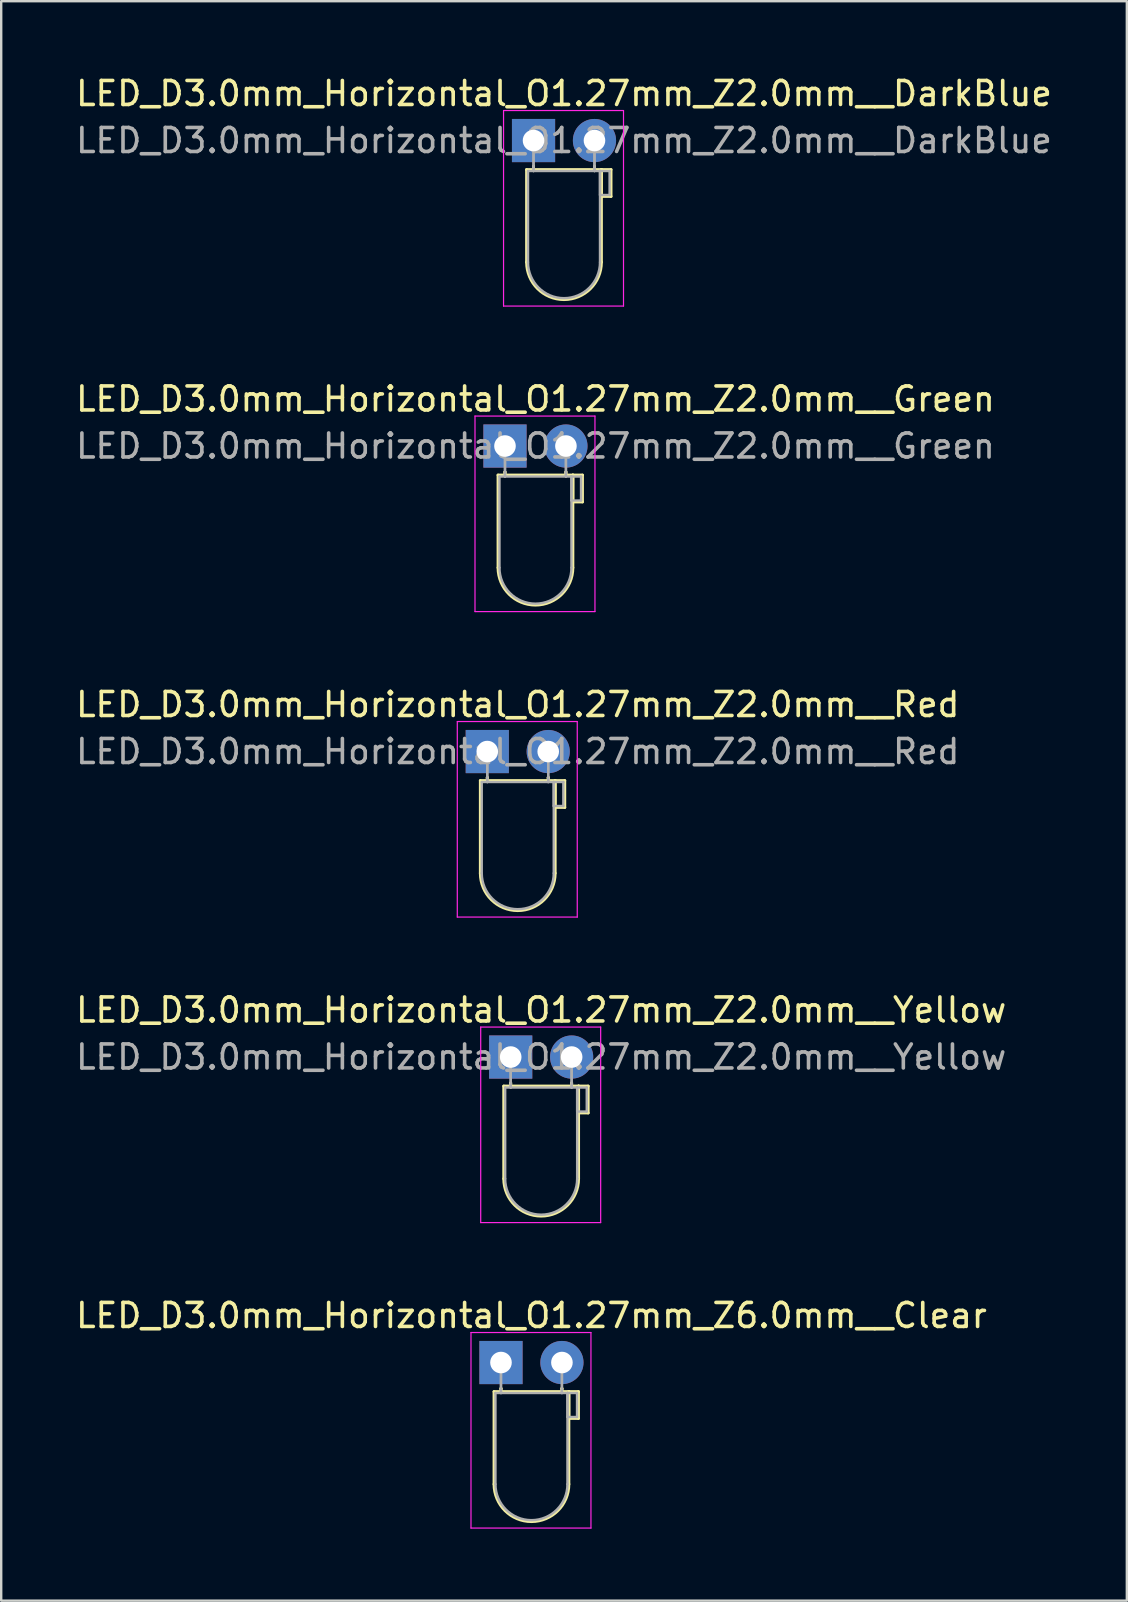
<source format=kicad_pcb>
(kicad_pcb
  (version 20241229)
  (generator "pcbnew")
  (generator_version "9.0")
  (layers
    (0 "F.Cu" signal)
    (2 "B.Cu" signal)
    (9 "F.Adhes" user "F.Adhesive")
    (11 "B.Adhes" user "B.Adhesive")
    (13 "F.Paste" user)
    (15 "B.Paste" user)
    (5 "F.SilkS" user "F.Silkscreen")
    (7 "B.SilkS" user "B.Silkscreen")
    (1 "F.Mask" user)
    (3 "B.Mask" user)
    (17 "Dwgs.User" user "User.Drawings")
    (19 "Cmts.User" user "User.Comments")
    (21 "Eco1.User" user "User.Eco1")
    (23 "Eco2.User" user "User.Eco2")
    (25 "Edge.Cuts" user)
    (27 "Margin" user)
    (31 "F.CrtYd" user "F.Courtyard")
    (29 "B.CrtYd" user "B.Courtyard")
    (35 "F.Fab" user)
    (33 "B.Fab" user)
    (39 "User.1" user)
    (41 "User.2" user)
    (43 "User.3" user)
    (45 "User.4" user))
  (footprint "LED_D3.0mm_Horizontal_O1.27mm_Z2.0mm__Red"
    (layer "F.Cu")
    (at 17.26 28.275)
    (property "Reference" "LED_D3.0mm_Horizontal_O1.27mm_Z2.0mm__Red" (at 1.27 -1.96 0) (layer "F.SilkS") (effects (font (size 1 1) (thickness 0.15))))
    (attr through_hole)
    (fp_line (start -0.29 1.21) (end -0.29 5.07) (stroke (width 0.12) (type solid)) (layer "F.SilkS"))
    (fp_line (start -0.29 1.21) (end 2.83 1.21) (stroke (width 0.12) (type solid)) (layer "F.SilkS"))
    (fp_line (start 0 1.08) (end 0 1.08) (stroke (width 0.12) (type solid)) (layer "F.SilkS"))
    (fp_line (start 0 1.08) (end 0 1.21) (stroke (width 0.12) (type solid)) (layer "F.SilkS"))
    (fp_line (start 0 1.21) (end 0 1.08) (stroke (width 0.12) (type solid)) (layer "F.SilkS"))
    (fp_line (start 0 1.21) (end 0 1.21) (stroke (width 0.12) (type solid)) (layer "F.SilkS"))
    (fp_line (start 2.54 1.08) (end 2.54 1.08) (stroke (width 0.12) (type solid)) (layer "F.SilkS"))
    (fp_line (start 2.54 1.08) (end 2.54 1.21) (stroke (width 0.12) (type solid)) (layer "F.SilkS"))
    (fp_line (start 2.54 1.21) (end 2.54 1.08) (stroke (width 0.12) (type solid)) (layer "F.SilkS"))
    (fp_line (start 2.54 1.21) (end 2.54 1.21) (stroke (width 0.12) (type solid)) (layer "F.SilkS"))
    (fp_line (start 2.83 1.21) (end 2.83 5.07) (stroke (width 0.12) (type solid)) (layer "F.SilkS"))
    (fp_line (start 2.83 1.21) (end 3.23 1.21) (stroke (width 0.12) (type solid)) (layer "F.SilkS"))
    (fp_line (start 2.83 2.33) (end 2.83 1.21) (stroke (width 0.12) (type solid)) (layer "F.SilkS"))
    (fp_line (start 3.23 1.21) (end 3.23 2.33) (stroke (width 0.12) (type solid)) (layer "F.SilkS"))
    (fp_line (start 3.23 2.33) (end 2.83 2.33) (stroke (width 0.12) (type solid)) (layer "F.SilkS"))
    (fp_arc (start 2.83 5.07) (mid 1.27 6.63) (end -0.29 5.07) (stroke (width 0.12) (type solid)) (layer "F.SilkS"))
    (fp_line (start -1.25 -1.25) (end -1.25 6.9) (stroke (width 0.05) (type solid)) (layer "F.CrtYd"))
    (fp_line (start -1.25 6.9) (end 3.75 6.9) (stroke (width 0.05) (type solid)) (layer "F.CrtYd"))
    (fp_line (start 3.75 -1.25) (end -1.25 -1.25) (stroke (width 0.05) (type solid)) (layer "F.CrtYd"))
    (fp_line (start 3.75 6.9) (end 3.75 -1.25) (stroke (width 0.05) (type solid)) (layer "F.CrtYd"))
    (fp_line (start -0.23 1.27) (end -0.23 5.07) (stroke (width 0.1) (type solid)) (layer "F.Fab"))
    (fp_line (start -0.23 1.27) (end 2.77 1.27) (stroke (width 0.1) (type solid)) (layer "F.Fab"))
    (fp_line (start 0 0) (end 0 0) (stroke (width 0.1) (type solid)) (layer "F.Fab"))
    (fp_line (start 0 0) (end 0 1.27) (stroke (width 0.1) (type solid)) (layer "F.Fab"))
    (fp_line (start 0 1.27) (end 0 0) (stroke (width 0.1) (type solid)) (layer "F.Fab"))
    (fp_line (start 0 1.27) (end 0 1.27) (stroke (width 0.1) (type solid)) (layer "F.Fab"))
    (fp_line (start 2.54 0) (end 2.54 0) (stroke (width 0.1) (type solid)) (layer "F.Fab"))
    (fp_line (start 2.54 0) (end 2.54 1.27) (stroke (width 0.1) (type solid)) (layer "F.Fab"))
    (fp_line (start 2.54 1.27) (end 2.54 0) (stroke (width 0.1) (type solid)) (layer "F.Fab"))
    (fp_line (start 2.54 1.27) (end 2.54 1.27) (stroke (width 0.1) (type solid)) (layer "F.Fab"))
    (fp_line (start 2.77 1.27) (end 2.77 5.07) (stroke (width 0.1) (type solid)) (layer "F.Fab"))
    (fp_line (start 2.77 1.27) (end 3.17 1.27) (stroke (width 0.1) (type solid)) (layer "F.Fab"))
    (fp_line (start 2.77 2.27) (end 2.77 1.27) (stroke (width 0.1) (type solid)) (layer "F.Fab"))
    (fp_line (start 3.17 1.27) (end 3.17 2.27) (stroke (width 0.1) (type solid)) (layer "F.Fab"))
    (fp_line (start 3.17 2.27) (end 2.77 2.27) (stroke (width 0.1) (type solid)) (layer "F.Fab"))
    (fp_arc (start 2.77 5.07) (mid 1.27 6.57) (end -0.23 5.07) (stroke (width 0.1) (type solid)) (layer "F.Fab"))
    (fp_text user "${REFERENCE}" (at 1.27 0 0) (layer "F.Fab") (effects (font (size 1 1) (thickness 0.15))))
    (pad "1" thru_hole rect (at 0 0) (size 1.8 1.8) (drill 0.9) (layers "*.Cu" "*.Mask"))
    (pad "2" thru_hole circle (at 2.54 0) (size 1.8 1.8) (drill 0.9) (layers "*.Cu" "*.Mask")))
  (footprint "LED_D3.0mm_Horizontal_O1.27mm_Z2.0mm__DarkBlue"
    (layer "F.Cu")
    (at 19.188 2.808)
    (property "Reference" "LED_D3.0mm_Horizontal_O1.27mm_Z2.0mm__DarkBlue" (at 1.27 -1.96 0) (layer "F.SilkS") (effects (font (size 1 1) (thickness 0.15))))
    (attr through_hole)
    (fp_line (start -0.29 1.21) (end -0.29 5.07) (stroke (width 0.12) (type solid)) (layer "F.SilkS"))
    (fp_line (start -0.29 1.21) (end 2.83 1.21) (stroke (width 0.12) (type solid)) (layer "F.SilkS"))
    (fp_line (start 0 1.08) (end 0 1.08) (stroke (width 0.12) (type solid)) (layer "F.SilkS"))
    (fp_line (start 0 1.08) (end 0 1.21) (stroke (width 0.12) (type solid)) (layer "F.SilkS"))
    (fp_line (start 0 1.21) (end 0 1.08) (stroke (width 0.12) (type solid)) (layer "F.SilkS"))
    (fp_line (start 0 1.21) (end 0 1.21) (stroke (width 0.12) (type solid)) (layer "F.SilkS"))
    (fp_line (start 2.54 1.08) (end 2.54 1.08) (stroke (width 0.12) (type solid)) (layer "F.SilkS"))
    (fp_line (start 2.54 1.08) (end 2.54 1.21) (stroke (width 0.12) (type solid)) (layer "F.SilkS"))
    (fp_line (start 2.54 1.21) (end 2.54 1.08) (stroke (width 0.12) (type solid)) (layer "F.SilkS"))
    (fp_line (start 2.54 1.21) (end 2.54 1.21) (stroke (width 0.12) (type solid)) (layer "F.SilkS"))
    (fp_line (start 2.83 1.21) (end 2.83 5.07) (stroke (width 0.12) (type solid)) (layer "F.SilkS"))
    (fp_line (start 2.83 1.21) (end 3.23 1.21) (stroke (width 0.12) (type solid)) (layer "F.SilkS"))
    (fp_line (start 2.83 2.33) (end 2.83 1.21) (stroke (width 0.12) (type solid)) (layer "F.SilkS"))
    (fp_line (start 3.23 1.21) (end 3.23 2.33) (stroke (width 0.12) (type solid)) (layer "F.SilkS"))
    (fp_line (start 3.23 2.33) (end 2.83 2.33) (stroke (width 0.12) (type solid)) (layer "F.SilkS"))
    (fp_arc (start 2.83 5.07) (mid 1.27 6.63) (end -0.29 5.07) (stroke (width 0.12) (type solid)) (layer "F.SilkS"))
    (fp_line (start -1.25 -1.25) (end -1.25 6.9) (stroke (width 0.05) (type solid)) (layer "F.CrtYd"))
    (fp_line (start -1.25 6.9) (end 3.75 6.9) (stroke (width 0.05) (type solid)) (layer "F.CrtYd"))
    (fp_line (start 3.75 -1.25) (end -1.25 -1.25) (stroke (width 0.05) (type solid)) (layer "F.CrtYd"))
    (fp_line (start 3.75 6.9) (end 3.75 -1.25) (stroke (width 0.05) (type solid)) (layer "F.CrtYd"))
    (fp_line (start -0.23 1.27) (end -0.23 5.07) (stroke (width 0.1) (type solid)) (layer "F.Fab"))
    (fp_line (start -0.23 1.27) (end 2.77 1.27) (stroke (width 0.1) (type solid)) (layer "F.Fab"))
    (fp_line (start 0 0) (end 0 0) (stroke (width 0.1) (type solid)) (layer "F.Fab"))
    (fp_line (start 0 0) (end 0 1.27) (stroke (width 0.1) (type solid)) (layer "F.Fab"))
    (fp_line (start 0 1.27) (end 0 0) (stroke (width 0.1) (type solid)) (layer "F.Fab"))
    (fp_line (start 0 1.27) (end 0 1.27) (stroke (width 0.1) (type solid)) (layer "F.Fab"))
    (fp_line (start 2.54 0) (end 2.54 0) (stroke (width 0.1) (type solid)) (layer "F.Fab"))
    (fp_line (start 2.54 0) (end 2.54 1.27) (stroke (width 0.1) (type solid)) (layer "F.Fab"))
    (fp_line (start 2.54 1.27) (end 2.54 0) (stroke (width 0.1) (type solid)) (layer "F.Fab"))
    (fp_line (start 2.54 1.27) (end 2.54 1.27) (stroke (width 0.1) (type solid)) (layer "F.Fab"))
    (fp_line (start 2.77 1.27) (end 2.77 5.07) (stroke (width 0.1) (type solid)) (layer "F.Fab"))
    (fp_line (start 2.77 1.27) (end 3.17 1.27) (stroke (width 0.1) (type solid)) (layer "F.Fab"))
    (fp_line (start 2.77 2.27) (end 2.77 1.27) (stroke (width 0.1) (type solid)) (layer "F.Fab"))
    (fp_line (start 3.17 1.27) (end 3.17 2.27) (stroke (width 0.1) (type solid)) (layer "F.Fab"))
    (fp_line (start 3.17 2.27) (end 2.77 2.27) (stroke (width 0.1) (type solid)) (layer "F.Fab"))
    (fp_arc (start 2.77 5.07) (mid 1.27 6.57) (end -0.23 5.07) (stroke (width 0.1) (type solid)) (layer "F.Fab"))
    (fp_text user "${REFERENCE}" (at 1.27 0 0) (layer "F.Fab") (effects (font (size 1 1) (thickness 0.15))))
    (pad "1" thru_hole rect (at 0 0) (size 1.8 1.8) (drill 0.9) (layers "*.Cu" "*.Mask"))
    (pad "2" thru_hole circle (at 2.54 0) (size 1.8 1.8) (drill 0.9) (layers "*.Cu" "*.Mask")))
  (footprint "LED_D3.0mm_Horizontal_O1.27mm_Z2.0mm__Green"
    (layer "F.Cu")
    (at 17.998 15.541)
    (property "Reference" "LED_D3.0mm_Horizontal_O1.27mm_Z2.0mm__Green" (at 1.27 -1.96 0) (layer "F.SilkS") (effects (font (size 1 1) (thickness 0.15))))
    (attr through_hole)
    (fp_line (start -0.29 1.21) (end -0.29 5.07) (stroke (width 0.12) (type solid)) (layer "F.SilkS"))
    (fp_line (start -0.29 1.21) (end 2.83 1.21) (stroke (width 0.12) (type solid)) (layer "F.SilkS"))
    (fp_line (start 0 1.08) (end 0 1.08) (stroke (width 0.12) (type solid)) (layer "F.SilkS"))
    (fp_line (start 0 1.08) (end 0 1.21) (stroke (width 0.12) (type solid)) (layer "F.SilkS"))
    (fp_line (start 0 1.21) (end 0 1.08) (stroke (width 0.12) (type solid)) (layer "F.SilkS"))
    (fp_line (start 0 1.21) (end 0 1.21) (stroke (width 0.12) (type solid)) (layer "F.SilkS"))
    (fp_line (start 2.54 1.08) (end 2.54 1.08) (stroke (width 0.12) (type solid)) (layer "F.SilkS"))
    (fp_line (start 2.54 1.08) (end 2.54 1.21) (stroke (width 0.12) (type solid)) (layer "F.SilkS"))
    (fp_line (start 2.54 1.21) (end 2.54 1.08) (stroke (width 0.12) (type solid)) (layer "F.SilkS"))
    (fp_line (start 2.54 1.21) (end 2.54 1.21) (stroke (width 0.12) (type solid)) (layer "F.SilkS"))
    (fp_line (start 2.83 1.21) (end 2.83 5.07) (stroke (width 0.12) (type solid)) (layer "F.SilkS"))
    (fp_line (start 2.83 1.21) (end 3.23 1.21) (stroke (width 0.12) (type solid)) (layer "F.SilkS"))
    (fp_line (start 2.83 2.33) (end 2.83 1.21) (stroke (width 0.12) (type solid)) (layer "F.SilkS"))
    (fp_line (start 3.23 1.21) (end 3.23 2.33) (stroke (width 0.12) (type solid)) (layer "F.SilkS"))
    (fp_line (start 3.23 2.33) (end 2.83 2.33) (stroke (width 0.12) (type solid)) (layer "F.SilkS"))
    (fp_arc (start 2.83 5.07) (mid 1.27 6.63) (end -0.29 5.07) (stroke (width 0.12) (type solid)) (layer "F.SilkS"))
    (fp_line (start -1.25 -1.25) (end -1.25 6.9) (stroke (width 0.05) (type solid)) (layer "F.CrtYd"))
    (fp_line (start -1.25 6.9) (end 3.75 6.9) (stroke (width 0.05) (type solid)) (layer "F.CrtYd"))
    (fp_line (start 3.75 -1.25) (end -1.25 -1.25) (stroke (width 0.05) (type solid)) (layer "F.CrtYd"))
    (fp_line (start 3.75 6.9) (end 3.75 -1.25) (stroke (width 0.05) (type solid)) (layer "F.CrtYd"))
    (fp_line (start -0.23 1.27) (end -0.23 5.07) (stroke (width 0.1) (type solid)) (layer "F.Fab"))
    (fp_line (start -0.23 1.27) (end 2.77 1.27) (stroke (width 0.1) (type solid)) (layer "F.Fab"))
    (fp_line (start 0 0) (end 0 0) (stroke (width 0.1) (type solid)) (layer "F.Fab"))
    (fp_line (start 0 0) (end 0 1.27) (stroke (width 0.1) (type solid)) (layer "F.Fab"))
    (fp_line (start 0 1.27) (end 0 0) (stroke (width 0.1) (type solid)) (layer "F.Fab"))
    (fp_line (start 0 1.27) (end 0 1.27) (stroke (width 0.1) (type solid)) (layer "F.Fab"))
    (fp_line (start 2.54 0) (end 2.54 0) (stroke (width 0.1) (type solid)) (layer "F.Fab"))
    (fp_line (start 2.54 0) (end 2.54 1.27) (stroke (width 0.1) (type solid)) (layer "F.Fab"))
    (fp_line (start 2.54 1.27) (end 2.54 0) (stroke (width 0.1) (type solid)) (layer "F.Fab"))
    (fp_line (start 2.54 1.27) (end 2.54 1.27) (stroke (width 0.1) (type solid)) (layer "F.Fab"))
    (fp_line (start 2.77 1.27) (end 2.77 5.07) (stroke (width 0.1) (type solid)) (layer "F.Fab"))
    (fp_line (start 2.77 1.27) (end 3.17 1.27) (stroke (width 0.1) (type solid)) (layer "F.Fab"))
    (fp_line (start 2.77 2.27) (end 2.77 1.27) (stroke (width 0.1) (type solid)) (layer "F.Fab"))
    (fp_line (start 3.17 1.27) (end 3.17 2.27) (stroke (width 0.1) (type solid)) (layer "F.Fab"))
    (fp_line (start 3.17 2.27) (end 2.77 2.27) (stroke (width 0.1) (type solid)) (layer "F.Fab"))
    (fp_arc (start 2.77 5.07) (mid 1.27 6.57) (end -0.23 5.07) (stroke (width 0.1) (type solid)) (layer "F.Fab"))
    (fp_text user "${REFERENCE}" (at 1.27 0 0) (layer "F.Fab") (effects (font (size 1 1) (thickness 0.15))))
    (pad "1" thru_hole rect (at 0 0) (size 1.8 1.8) (drill 0.9) (layers "*.Cu" "*.Mask"))
    (pad "2" thru_hole circle (at 2.54 0) (size 1.8 1.8) (drill 0.9) (layers "*.Cu" "*.Mask")))
  (footprint "LED_D3.0mm_Horizontal_O1.27mm_Z2.0mm__Yellow"
    (layer "F.Cu")
    (at 18.236 41.008)
    (property "Reference" "LED_D3.0mm_Horizontal_O1.27mm_Z2.0mm__Yellow" (at 1.27 -1.96 0) (layer "F.SilkS") (effects (font (size 1 1) (thickness 0.15))))
    (attr through_hole)
    (fp_line (start -0.29 1.21) (end -0.29 5.07) (stroke (width 0.12) (type solid)) (layer "F.SilkS"))
    (fp_line (start -0.29 1.21) (end 2.83 1.21) (stroke (width 0.12) (type solid)) (layer "F.SilkS"))
    (fp_line (start 0 1.08) (end 0 1.08) (stroke (width 0.12) (type solid)) (layer "F.SilkS"))
    (fp_line (start 0 1.08) (end 0 1.21) (stroke (width 0.12) (type solid)) (layer "F.SilkS"))
    (fp_line (start 0 1.21) (end 0 1.08) (stroke (width 0.12) (type solid)) (layer "F.SilkS"))
    (fp_line (start 0 1.21) (end 0 1.21) (stroke (width 0.12) (type solid)) (layer "F.SilkS"))
    (fp_line (start 2.54 1.08) (end 2.54 1.08) (stroke (width 0.12) (type solid)) (layer "F.SilkS"))
    (fp_line (start 2.54 1.08) (end 2.54 1.21) (stroke (width 0.12) (type solid)) (layer "F.SilkS"))
    (fp_line (start 2.54 1.21) (end 2.54 1.08) (stroke (width 0.12) (type solid)) (layer "F.SilkS"))
    (fp_line (start 2.54 1.21) (end 2.54 1.21) (stroke (width 0.12) (type solid)) (layer "F.SilkS"))
    (fp_line (start 2.83 1.21) (end 2.83 5.07) (stroke (width 0.12) (type solid)) (layer "F.SilkS"))
    (fp_line (start 2.83 1.21) (end 3.23 1.21) (stroke (width 0.12) (type solid)) (layer "F.SilkS"))
    (fp_line (start 2.83 2.33) (end 2.83 1.21) (stroke (width 0.12) (type solid)) (layer "F.SilkS"))
    (fp_line (start 3.23 1.21) (end 3.23 2.33) (stroke (width 0.12) (type solid)) (layer "F.SilkS"))
    (fp_line (start 3.23 2.33) (end 2.83 2.33) (stroke (width 0.12) (type solid)) (layer "F.SilkS"))
    (fp_arc (start 2.83 5.07) (mid 1.27 6.63) (end -0.29 5.07) (stroke (width 0.12) (type solid)) (layer "F.SilkS"))
    (fp_line (start -1.25 -1.25) (end -1.25 6.9) (stroke (width 0.05) (type solid)) (layer "F.CrtYd"))
    (fp_line (start -1.25 6.9) (end 3.75 6.9) (stroke (width 0.05) (type solid)) (layer "F.CrtYd"))
    (fp_line (start 3.75 -1.25) (end -1.25 -1.25) (stroke (width 0.05) (type solid)) (layer "F.CrtYd"))
    (fp_line (start 3.75 6.9) (end 3.75 -1.25) (stroke (width 0.05) (type solid)) (layer "F.CrtYd"))
    (fp_line (start -0.23 1.27) (end -0.23 5.07) (stroke (width 0.1) (type solid)) (layer "F.Fab"))
    (fp_line (start -0.23 1.27) (end 2.77 1.27) (stroke (width 0.1) (type solid)) (layer "F.Fab"))
    (fp_line (start 0 0) (end 0 0) (stroke (width 0.1) (type solid)) (layer "F.Fab"))
    (fp_line (start 0 0) (end 0 1.27) (stroke (width 0.1) (type solid)) (layer "F.Fab"))
    (fp_line (start 0 1.27) (end 0 0) (stroke (width 0.1) (type solid)) (layer "F.Fab"))
    (fp_line (start 0 1.27) (end 0 1.27) (stroke (width 0.1) (type solid)) (layer "F.Fab"))
    (fp_line (start 2.54 0) (end 2.54 0) (stroke (width 0.1) (type solid)) (layer "F.Fab"))
    (fp_line (start 2.54 0) (end 2.54 1.27) (stroke (width 0.1) (type solid)) (layer "F.Fab"))
    (fp_line (start 2.54 1.27) (end 2.54 0) (stroke (width 0.1) (type solid)) (layer "F.Fab"))
    (fp_line (start 2.54 1.27) (end 2.54 1.27) (stroke (width 0.1) (type solid)) (layer "F.Fab"))
    (fp_line (start 2.77 1.27) (end 2.77 5.07) (stroke (width 0.1) (type solid)) (layer "F.Fab"))
    (fp_line (start 2.77 1.27) (end 3.17 1.27) (stroke (width 0.1) (type solid)) (layer "F.Fab"))
    (fp_line (start 2.77 2.27) (end 2.77 1.27) (stroke (width 0.1) (type solid)) (layer "F.Fab"))
    (fp_line (start 3.17 1.27) (end 3.17 2.27) (stroke (width 0.1) (type solid)) (layer "F.Fab"))
    (fp_line (start 3.17 2.27) (end 2.77 2.27) (stroke (width 0.1) (type solid)) (layer "F.Fab"))
    (fp_arc (start 2.77 5.07) (mid 1.27 6.57) (end -0.23 5.07) (stroke (width 0.1) (type solid)) (layer "F.Fab"))
    (fp_text user "${REFERENCE}" (at 1.27 0 0) (layer "F.Fab") (effects (font (size 1 1) (thickness 0.15))))
    (pad "1" thru_hole rect (at 0 0) (size 1.8 1.8) (drill 0.9) (layers "*.Cu" "*.Mask"))
    (pad "2" thru_hole circle (at 2.54 0) (size 1.8 1.8) (drill 0.9) (layers "*.Cu" "*.Mask")))
  (footprint "LED_D3.0mm_Horizontal_O1.27mm_Z6.0mm__Clear"
    (layer "F.Cu")
    (at 17.831 53.741)
    (property "Reference" "LED_D3.0mm_Horizontal_O1.27mm_Z6.0mm__Clear" (at 1.27 -1.96 0) (layer "F.SilkS") (effects (font (size 1 1) (thickness 0.15))))
    (attr through_hole)
    (fp_line (start -0.29 1.21) (end -0.29 5.07) (stroke (width 0.12) (type solid)) (layer "F.SilkS"))
    (fp_line (start -0.29 1.21) (end 2.83 1.21) (stroke (width 0.12) (type solid)) (layer "F.SilkS"))
    (fp_line (start 0 1.08) (end 0 1.08) (stroke (width 0.12) (type solid)) (layer "F.SilkS"))
    (fp_line (start 0 1.08) (end 0 1.21) (stroke (width 0.12) (type solid)) (layer "F.SilkS"))
    (fp_line (start 0 1.21) (end 0 1.08) (stroke (width 0.12) (type solid)) (layer "F.SilkS"))
    (fp_line (start 0 1.21) (end 0 1.21) (stroke (width 0.12) (type solid)) (layer "F.SilkS"))
    (fp_line (start 2.54 1.08) (end 2.54 1.08) (stroke (width 0.12) (type solid)) (layer "F.SilkS"))
    (fp_line (start 2.54 1.08) (end 2.54 1.21) (stroke (width 0.12) (type solid)) (layer "F.SilkS"))
    (fp_line (start 2.54 1.21) (end 2.54 1.08) (stroke (width 0.12) (type solid)) (layer "F.SilkS"))
    (fp_line (start 2.54 1.21) (end 2.54 1.21) (stroke (width 0.12) (type solid)) (layer "F.SilkS"))
    (fp_line (start 2.83 1.21) (end 2.83 5.07) (stroke (width 0.12) (type solid)) (layer "F.SilkS"))
    (fp_line (start 2.83 1.21) (end 3.23 1.21) (stroke (width 0.12) (type solid)) (layer "F.SilkS"))
    (fp_line (start 2.83 2.33) (end 2.83 1.21) (stroke (width 0.12) (type solid)) (layer "F.SilkS"))
    (fp_line (start 3.23 1.21) (end 3.23 2.33) (stroke (width 0.12) (type solid)) (layer "F.SilkS"))
    (fp_line (start 3.23 2.33) (end 2.83 2.33) (stroke (width 0.12) (type solid)) (layer "F.SilkS"))
    (fp_arc (start 2.83 5.07) (mid 1.27 6.63) (end -0.29 5.07) (stroke (width 0.12) (type solid)) (layer "F.SilkS"))
    (fp_line (start -1.25 -1.25) (end -1.25 6.9) (stroke (width 0.05) (type solid)) (layer "F.CrtYd"))
    (fp_line (start -1.25 6.9) (end 3.75 6.9) (stroke (width 0.05) (type solid)) (layer "F.CrtYd"))
    (fp_line (start 3.75 -1.25) (end -1.25 -1.25) (stroke (width 0.05) (type solid)) (layer "F.CrtYd"))
    (fp_line (start 3.75 6.9) (end 3.75 -1.25) (stroke (width 0.05) (type solid)) (layer "F.CrtYd"))
    (fp_line (start -0.23 1.27) (end -0.23 5.07) (stroke (width 0.1) (type solid)) (layer "F.Fab"))
    (fp_line (start -0.23 1.27) (end 2.77 1.27) (stroke (width 0.1) (type solid)) (layer "F.Fab"))
    (fp_line (start 0 0) (end 0 0) (stroke (width 0.1) (type solid)) (layer "F.Fab"))
    (fp_line (start 0 0) (end 0 1.27) (stroke (width 0.1) (type solid)) (layer "F.Fab"))
    (fp_line (start 0 1.27) (end 0 0) (stroke (width 0.1) (type solid)) (layer "F.Fab"))
    (fp_line (start 0 1.27) (end 0 1.27) (stroke (width 0.1) (type solid)) (layer "F.Fab"))
    (fp_line (start 2.54 0) (end 2.54 0) (stroke (width 0.1) (type solid)) (layer "F.Fab"))
    (fp_line (start 2.54 0) (end 2.54 1.27) (stroke (width 0.1) (type solid)) (layer "F.Fab"))
    (fp_line (start 2.54 1.27) (end 2.54 0) (stroke (width 0.1) (type solid)) (layer "F.Fab"))
    (fp_line (start 2.54 1.27) (end 2.54 1.27) (stroke (width 0.1) (type solid)) (layer "F.Fab"))
    (fp_line (start 2.77 1.27) (end 2.77 5.07) (stroke (width 0.1) (type solid)) (layer "F.Fab"))
    (fp_line (start 2.77 1.27) (end 3.17 1.27) (stroke (width 0.1) (type solid)) (layer "F.Fab"))
    (fp_line (start 2.77 2.27) (end 2.77 1.27) (stroke (width 0.1) (type solid)) (layer "F.Fab"))
    (fp_line (start 3.17 1.27) (end 3.17 2.27) (stroke (width 0.1) (type solid)) (layer "F.Fab"))
    (fp_line (start 3.17 2.27) (end 2.77 2.27) (stroke (width 0.1) (type solid)) (layer "F.Fab"))
    (fp_arc (start 2.77 5.07) (mid 1.27 6.57) (end -0.23 5.07) (stroke (width 0.1) (type solid)) (layer "F.Fab"))
    (pad "1" thru_hole rect (at 0 0) (size 1.8 1.8) (drill 0.9) (layers "*.Cu" "*.Mask"))
    (pad "2" thru_hole circle (at 2.54 0) (size 1.8 1.8) (drill 0.9) (layers "*.Cu" "*.Mask")))
  (gr_rect
    (start -3 -3)
    (end 43.917 63.666)
    (stroke (width 0.1) (type default))
    (fill no)
    (layer "Edge.Cuts")))
</source>
